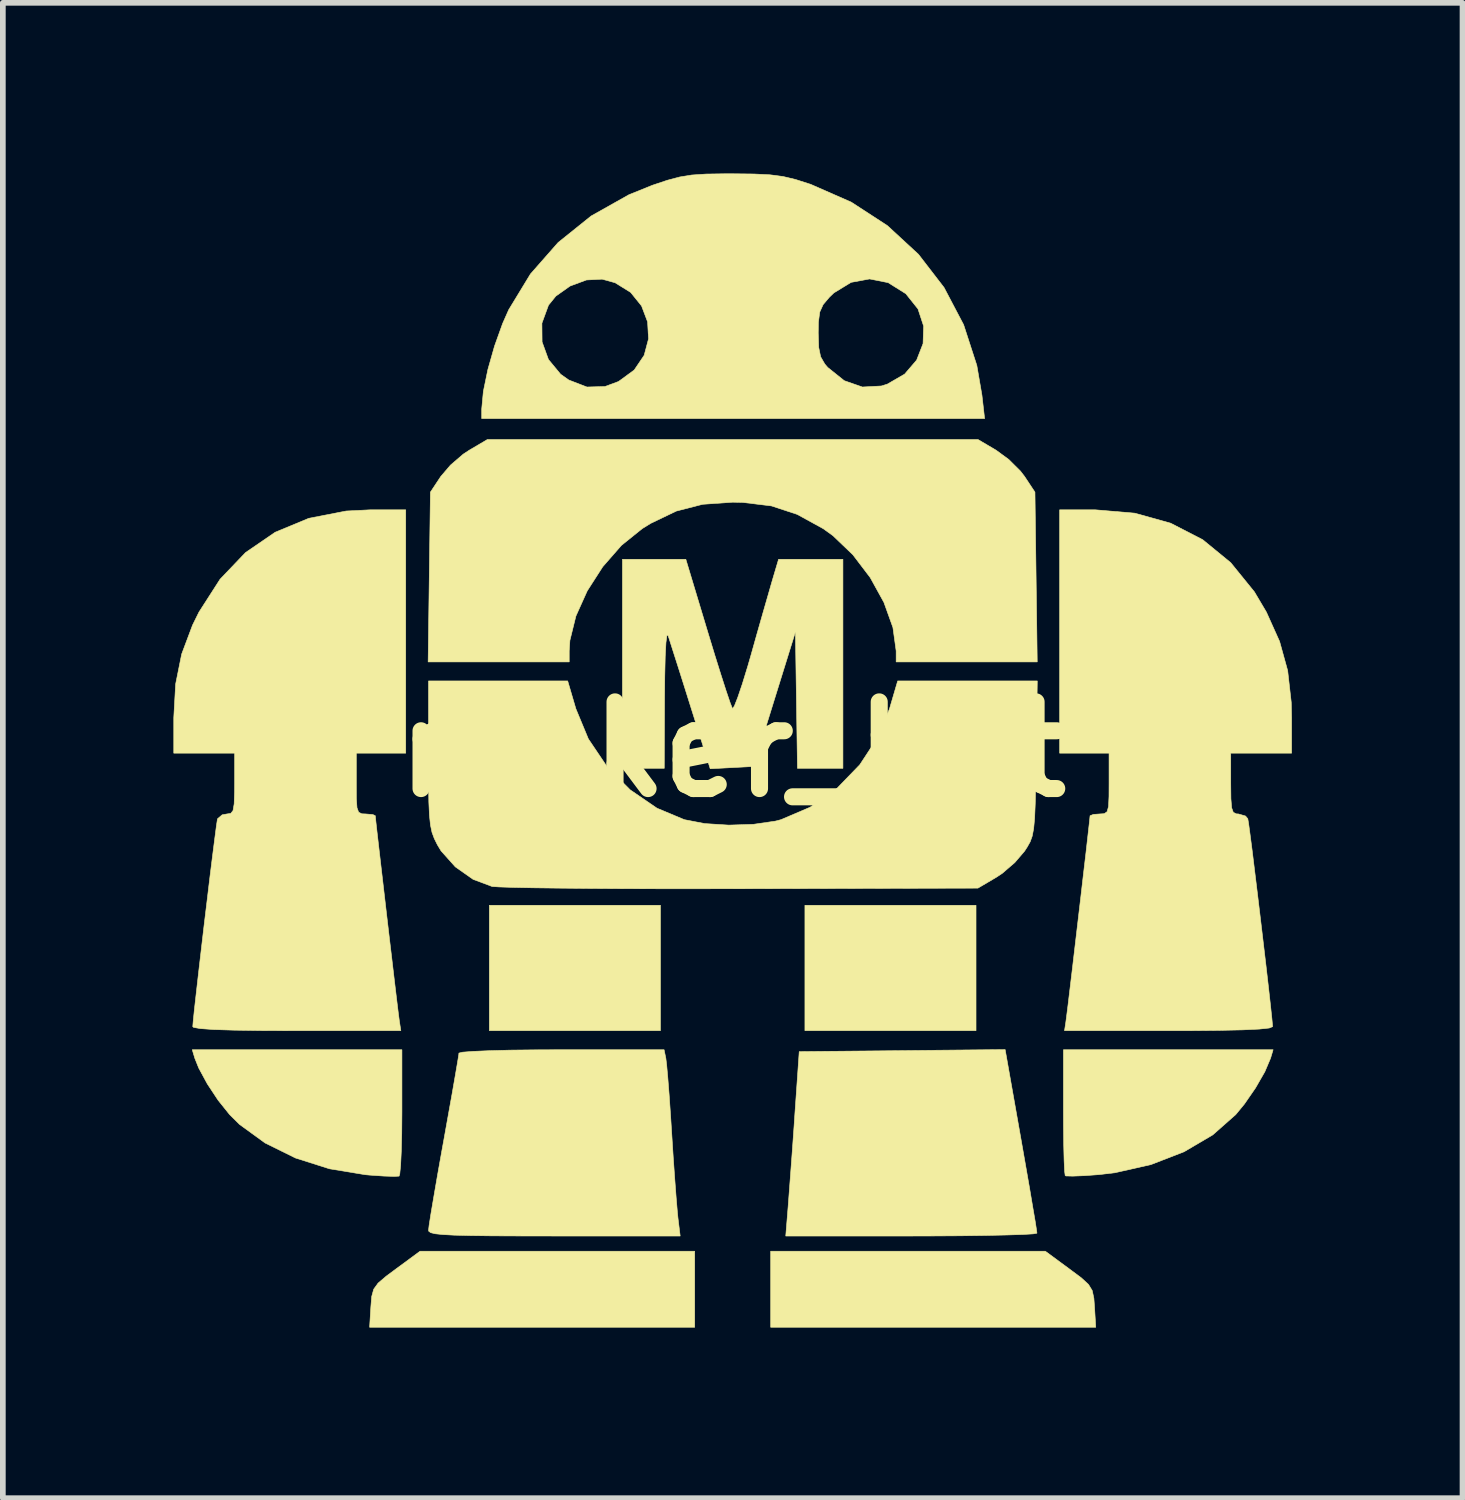
<source format=kicad_pcb>
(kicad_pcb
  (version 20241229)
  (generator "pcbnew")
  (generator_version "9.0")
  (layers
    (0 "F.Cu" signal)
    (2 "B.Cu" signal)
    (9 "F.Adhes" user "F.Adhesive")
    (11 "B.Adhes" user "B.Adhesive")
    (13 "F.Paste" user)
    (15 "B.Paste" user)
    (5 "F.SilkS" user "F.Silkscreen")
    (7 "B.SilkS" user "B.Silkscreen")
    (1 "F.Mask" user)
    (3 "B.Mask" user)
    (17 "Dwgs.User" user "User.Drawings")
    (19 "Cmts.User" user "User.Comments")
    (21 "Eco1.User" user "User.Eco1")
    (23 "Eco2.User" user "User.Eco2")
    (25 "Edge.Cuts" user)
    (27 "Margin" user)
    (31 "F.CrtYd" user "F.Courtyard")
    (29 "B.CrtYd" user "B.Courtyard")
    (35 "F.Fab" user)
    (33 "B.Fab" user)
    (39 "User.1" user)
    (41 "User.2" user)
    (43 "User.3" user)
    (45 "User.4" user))
  (footprint "maker_bot"
    (layer "F.Cu")
    (at 9.831 10.124)
    (property "Reference" "maker_bot" (at 0 0 0) (layer "F.SilkS") (effects (font (size 1.524 1.524) (thickness 0.3))))
    (attr through_hole)
    (fp_poly (pts (xy -1.27 4.946) (xy -4.278 4.946) (xy -4.278 2.741) (xy -1.27 2.741) (xy -1.27 4.946)) (stroke (width 0.01) (type solid)) (fill yes) (layer "F.SilkS"))
    (fp_poly (pts (xy 4.278 4.946) (xy 1.27 4.946) (xy 1.27 2.741) (xy 4.278 2.741) (xy 4.278 4.946)) (stroke (width 0.01) (type solid)) (fill yes) (layer "F.SilkS"))
    (fp_poly (pts (xy -0.668 10.16) (xy -6.383 10.16) (xy -6.361 9.801) (xy -6.346 9.618) (xy -6.311 9.491) (xy -6.234 9.384) (xy -6.091 9.262) (xy -5.917 9.133) (xy -5.496 8.823) (xy -0.668 8.823) (xy -0.668 10.16)) (stroke (width 0.01) (type solid)) (fill yes) (layer "F.SilkS"))
    (fp_poly (pts (xy 5.917 9.133) (xy 6.129 9.291) (xy 6.255 9.407) (xy 6.321 9.515) (xy 6.35 9.651) (xy 6.361 9.801) (xy 6.383 10.16) (xy 0.668 10.16) (xy 0.668 8.823) (xy 5.496 8.823) (xy 5.917 9.133)) (stroke (width 0.01) (type solid)) (fill yes) (layer "F.SilkS"))
    (fp_poly (pts (xy -5.815 6.379) (xy -5.818 6.748) (xy -5.826 7.067) (xy -5.838 7.314) (xy -5.853 7.465) (xy -5.865 7.503) (xy -5.951 7.508) (xy -6.135 7.502) (xy -6.382 7.485) (xy -6.459 7.478) (xy -7.089 7.374) (xy -7.685 7.185) (xy -8.22 6.921) (xy -8.67 6.594) (xy -8.845 6.42) (xy -9.047 6.168) (xy -9.237 5.88) (xy -9.387 5.603) (xy -9.456 5.431) (xy -9.501 5.281) (xy -5.815 5.281) (xy -5.815 6.379)) (stroke (width 0.01) (type solid)) (fill yes) (layer "F.SilkS"))
    (fp_poly (pts (xy 9.456 5.431) (xy 9.356 5.667) (xy 9.193 5.951) (xy 8.997 6.235) (xy 8.845 6.42) (xy 8.44 6.778) (xy 7.935 7.075) (xy 7.354 7.3) (xy 6.722 7.443) (xy 6.445 7.476) (xy 6.184 7.495) (xy 5.978 7.503) (xy 5.861 7.5) (xy 5.846 7.495) (xy 5.836 7.421) (xy 5.827 7.236) (xy 5.82 6.964) (xy 5.816 6.627) (xy 5.815 6.372) (xy 5.815 5.281) (xy 9.501 5.281) (xy 9.456 5.431)) (stroke (width 0.01) (type solid)) (fill yes) (layer "F.SilkS"))
    (fp_poly (pts (xy 5.071 6.867) (xy 5.149 7.312) (xy 5.219 7.713) (xy 5.276 8.051) (xy 5.32 8.308) (xy 5.344 8.465) (xy 5.349 8.506) (xy 5.285 8.518) (xy 5.102 8.529) (xy 4.816 8.538) (xy 4.444 8.546) (xy 4.001 8.552) (xy 3.501 8.555) (xy 3.14 8.556) (xy 0.933 8.556) (xy 0.975 8.038) (xy 0.994 7.786) (xy 1.02 7.439) (xy 1.05 7.035) (xy 1.08 6.612) (xy 1.093 6.417) (xy 1.17 5.314) (xy 4.79 5.278) (xy 5.071 6.867)) (stroke (width 0.01) (type solid)) (fill yes) (layer "F.SilkS"))
    (fp_poly (pts (xy 4.63 -5.26) (xy 4.855 -5.095) (xy 5.06 -4.891) (xy 5.132 -4.797) (xy 5.314 -4.522) (xy 5.354 -1.537) (xy 2.874 -1.537) (xy 2.874 -1.731) (xy 2.817 -2.143) (xy 2.659 -2.583) (xy 2.418 -3.02) (xy 2.113 -3.421) (xy 1.762 -3.757) (xy 1.591 -3.88) (xy 1.134 -4.131) (xy 0.68 -4.28) (xy 0.179 -4.341) (xy 0 -4.345) (xy -0.528 -4.308) (xy -0.991 -4.189) (xy -1.441 -3.973) (xy -1.591 -3.88) (xy -1.956 -3.586) (xy -2.284 -3.211) (xy -2.557 -2.786) (xy -2.756 -2.344) (xy -2.862 -1.915) (xy -2.874 -1.731) (xy -2.874 -1.537) (xy -5.354 -1.537) (xy -5.314 -4.522) (xy -5.132 -4.797) (xy -4.961 -4.997) (xy -4.738 -5.189) (xy -4.63 -5.26) (xy -4.311 -5.448) (xy 4.311 -5.448) (xy 4.63 -5.26)) (stroke (width 0.01) (type solid)) (fill yes) (layer "F.SilkS"))
    (fp_poly (pts (xy -1.175 5.431) (xy -1.161 5.545) (xy -1.141 5.768) (xy -1.117 6.074) (xy -1.092 6.437) (xy -1.072 6.751) (xy -1.046 7.159) (xy -1.019 7.544) (xy -0.994 7.876) (xy -0.973 8.126) (xy -0.962 8.238) (xy -0.923 8.556) (xy -3.135 8.556) (xy -3.744 8.555) (xy -4.232 8.553) (xy -4.611 8.548) (xy -4.896 8.541) (xy -5.099 8.53) (xy -5.232 8.516) (xy -5.309 8.497) (xy -5.343 8.472) (xy -5.347 8.455) (xy -5.336 8.362) (xy -5.304 8.158) (xy -5.254 7.863) (xy -5.191 7.497) (xy -5.117 7.081) (xy -5.08 6.877) (xy -5.003 6.447) (xy -4.934 6.062) (xy -4.878 5.74) (xy -4.837 5.5) (xy -4.815 5.364) (xy -4.813 5.34) (xy -4.749 5.324) (xy -4.567 5.31) (xy -4.285 5.298) (xy -3.917 5.288) (xy -3.482 5.283) (xy -3.009 5.281) (xy -1.206 5.281) (xy -1.175 5.431)) (stroke (width 0.01) (type solid)) (fill yes) (layer "F.SilkS"))
    (fp_poly (pts (xy -0.436 -2.055) (xy -0.316 -1.661) (xy -0.206 -1.31) (xy -0.114 -1.024) (xy -0.045 -0.821) (xy -0.007 -0.723) (xy -0.003 -0.718) (xy 0.029 -0.76) (xy 0.089 -0.912) (xy 0.17 -1.151) (xy 0.264 -1.457) (xy 0.322 -1.657) (xy 0.428 -2.034) (xy 0.531 -2.395) (xy 0.621 -2.707) (xy 0.687 -2.937) (xy 0.704 -2.995) (xy 0.807 -3.342) (xy 1.938 -3.342) (xy 1.938 0.334) (xy 1.139 0.334) (xy 1.121 -0.865) (xy 1.103 -2.065) (xy 0.735 -0.882) (xy 0.368 0.301) (xy -0.014 0.321) (xy -0.395 0.341) (xy -0.738 -0.749) (xy -0.855 -1.121) (xy -0.962 -1.459) (xy -1.051 -1.737) (xy -1.113 -1.932) (xy -1.137 -2.005) (xy -1.156 -2.003) (xy -1.173 -1.877) (xy -1.186 -1.636) (xy -1.194 -1.289) (xy -1.198 -0.919) (xy -1.203 0.334) (xy -1.938 0.334) (xy -1.938 -3.342) (xy -0.824 -3.342) (xy -0.436 -2.055)) (stroke (width 0.01) (type solid)) (fill yes) (layer "F.SilkS"))
    (fp_poly (pts (xy -2.757 -0.713) (xy -2.537 -0.183) (xy -2.212 0.299) (xy -1.802 0.712) (xy -1.33 1.035) (xy -0.85 1.236) (xy -0.493 1.305) (xy -0.069 1.332) (xy 0.365 1.318) (xy 0.75 1.262) (xy 0.85 1.236) (xy 1.362 1.017) (xy 1.831 0.688) (xy 2.235 0.27) (xy 2.554 -0.216) (xy 2.757 -0.713) (xy 2.901 -1.203) (xy 5.355 -1.203) (xy 5.334 0.156) (xy 5.327 0.614) (xy 5.319 0.96) (xy 5.308 1.213) (xy 5.291 1.395) (xy 5.266 1.525) (xy 5.23 1.625) (xy 5.18 1.714) (xy 5.132 1.789) (xy 4.961 1.989) (xy 4.738 2.181) (xy 4.63 2.252) (xy 4.311 2.44) (xy 0.167 2.45) (xy -0.573 2.451) (xy -1.278 2.451) (xy -1.937 2.449) (xy -2.537 2.445) (xy -3.067 2.44) (xy -3.513 2.434) (xy -3.863 2.427) (xy -4.105 2.419) (xy -4.227 2.411) (xy -4.232 2.41) (xy -4.563 2.286) (xy -4.876 2.066) (xy -5.127 1.785) (xy -5.192 1.677) (xy -5.246 1.568) (xy -5.286 1.46) (xy -5.313 1.331) (xy -5.331 1.159) (xy -5.342 0.922) (xy -5.346 0.599) (xy -5.347 0.167) (xy -5.347 0.09) (xy -5.347 -1.203) (xy -2.901 -1.203) (xy -2.757 -0.713)) (stroke (width 0.01) (type solid)) (fill yes) (layer "F.SilkS"))
    (fp_poly (pts (xy -5.748 0.067) (xy -6.617 0.067) (xy -6.617 0.602) (xy -6.616 0.867) (xy -6.605 1.026) (xy -6.576 1.105) (xy -6.521 1.133) (xy -6.45 1.136) (xy -6.325 1.147) (xy -6.283 1.167) (xy -6.276 1.242) (xy -6.255 1.43) (xy -6.223 1.708) (xy -6.183 2.054) (xy -6.137 2.449) (xy -6.088 2.871) (xy -6.038 3.298) (xy -5.989 3.71) (xy -5.945 4.084) (xy -5.907 4.401) (xy -5.878 4.639) (xy -5.86 4.776) (xy -5.857 4.796) (xy -5.834 4.946) (xy -7.663 4.946) (xy -8.279 4.944) (xy -8.765 4.937) (xy -9.124 4.926) (xy -9.36 4.909) (xy -9.477 4.888) (xy -9.492 4.875) (xy -9.484 4.777) (xy -9.463 4.571) (xy -9.43 4.278) (xy -9.389 3.918) (xy -9.342 3.514) (xy -9.292 3.086) (xy -9.24 2.657) (xy -9.191 2.247) (xy -9.145 1.878) (xy -9.106 1.572) (xy -9.077 1.349) (xy -9.059 1.231) (xy -9.056 1.22) (xy -8.975 1.151) (xy -8.892 1.136) (xy -8.824 1.126) (xy -8.784 1.076) (xy -8.764 0.959) (xy -8.757 0.75) (xy -8.756 0.602) (xy -8.756 0.067) (xy -9.826 0.067) (xy -9.826 -0.554) (xy -9.793 -1.149) (xy -9.687 -1.675) (xy -9.496 -2.184) (xy -9.383 -2.413) (xy -9.012 -2.991) (xy -8.564 -3.46) (xy -8.043 -3.817) (xy -7.452 -4.062) (xy -6.796 -4.19) (xy -6.376 -4.211) (xy -5.748 -4.211) (xy -5.748 0.067)) (stroke (width 0.01) (type solid)) (fill yes) (layer "F.SilkS"))
    (fp_poly (pts (xy 7.07 -4.152) (xy 7.7 -3.976) (xy 8.263 -3.686) (xy 8.755 -3.283) (xy 9.172 -2.769) (xy 9.383 -2.413) (xy 9.615 -1.897) (xy 9.757 -1.384) (xy 9.82 -0.826) (xy 9.826 -0.554) (xy 9.826 0.067) (xy 8.756 0.067) (xy 8.756 0.602) (xy 8.759 0.868) (xy 8.772 1.027) (xy 8.801 1.107) (xy 8.854 1.134) (xy 8.892 1.136) (xy 9.016 1.172) (xy 9.056 1.22) (xy 9.07 1.302) (xy 9.096 1.496) (xy 9.133 1.78) (xy 9.176 2.132) (xy 9.225 2.532) (xy 9.276 2.958) (xy 9.327 3.388) (xy 9.376 3.802) (xy 9.419 4.177) (xy 9.454 4.492) (xy 9.479 4.727) (xy 9.491 4.859) (xy 9.492 4.875) (xy 9.434 4.899) (xy 9.258 4.918) (xy 8.961 4.932) (xy 8.539 4.941) (xy 7.989 4.946) (xy 7.663 4.946) (xy 5.834 4.946) (xy 5.857 4.796) (xy 5.87 4.697) (xy 5.896 4.491) (xy 5.931 4.198) (xy 5.974 3.84) (xy 6.021 3.439) (xy 6.071 3.014) (xy 6.121 2.588) (xy 6.168 2.182) (xy 6.211 1.817) (xy 6.245 1.514) (xy 6.27 1.294) (xy 6.282 1.178) (xy 6.283 1.167) (xy 6.341 1.144) (xy 6.45 1.136) (xy 6.533 1.131) (xy 6.583 1.095) (xy 6.608 1.003) (xy 6.616 0.827) (xy 6.617 0.602) (xy 6.617 0.067) (xy 5.748 0.067) (xy 5.748 -4.211) (xy 6.376 -4.211) (xy 7.07 -4.152)) (stroke (width 0.01) (type solid)) (fill yes) (layer "F.SilkS"))
    (fp_poly (pts (xy 0.375 -10.115) (xy 0.656 -10.101) (xy 0.885 -10.071) (xy 1.101 -10.02) (xy 1.345 -9.942) (xy 1.37 -9.934) (xy 2.085 -9.62) (xy 2.72 -9.207) (xy 3.266 -8.703) (xy 3.716 -8.119) (xy 4.06 -7.465) (xy 4.292 -6.75) (xy 4.382 -6.227) (xy 4.429 -5.815) (xy -4.412 -5.815) (xy -4.412 -5.985) (xy -4.383 -6.294) (xy -4.304 -6.677) (xy -4.187 -7.089) (xy -4.045 -7.485) (xy -4.042 -7.492) (xy -3.354 -7.492) (xy -3.351 -7.163) (xy -3.239 -6.854) (xy -3.025 -6.595) (xy -2.881 -6.493) (xy -2.562 -6.37) (xy -2.244 -6.379) (xy -2.007 -6.467) (xy -1.731 -6.669) (xy -1.556 -6.928) (xy -1.479 -7.218) (xy -1.485 -7.32) (xy 1.504 -7.32) (xy 1.512 -7.068) (xy 1.546 -6.902) (xy 1.619 -6.775) (xy 1.671 -6.714) (xy 1.962 -6.481) (xy 2.281 -6.37) (xy 2.613 -6.388) (xy 2.719 -6.421) (xy 3.023 -6.597) (xy 3.234 -6.843) (xy 3.347 -7.133) (xy 3.357 -7.441) (xy 3.258 -7.742) (xy 3.045 -8.009) (xy 3.041 -8.012) (xy 2.733 -8.205) (xy 2.407 -8.27) (xy 2.082 -8.21) (xy 1.779 -8.025) (xy 1.699 -7.948) (xy 1.59 -7.819) (xy 1.531 -7.689) (xy 1.507 -7.51) (xy 1.504 -7.32) (xy -1.485 -7.32) (xy -1.496 -7.516) (xy -1.602 -7.796) (xy -1.794 -8.034) (xy -2.067 -8.203) (xy -2.295 -8.266) (xy -2.571 -8.252) (xy -2.859 -8.145) (xy -3.109 -7.968) (xy -3.238 -7.809) (xy -3.354 -7.492) (xy -4.042 -7.492) (xy -3.937 -7.729) (xy -3.555 -8.357) (xy -3.069 -8.91) (xy -2.488 -9.377) (xy -1.825 -9.75) (xy -1.412 -9.917) (xy -1.152 -10.004) (xy -0.935 -10.062) (xy -0.721 -10.097) (xy -0.468 -10.114) (xy -0.137 -10.119) (xy 0 -10.119) (xy 0.375 -10.115)) (stroke (width 0.01) (type solid)) (fill yes) (layer "F.SilkS")))
  (gr_rect
    (start -3 -3)
    (end 22.662 23.289)
    (stroke (width 0.1) (type default))
    (fill no)
    (layer "Edge.Cuts")))
</source>
